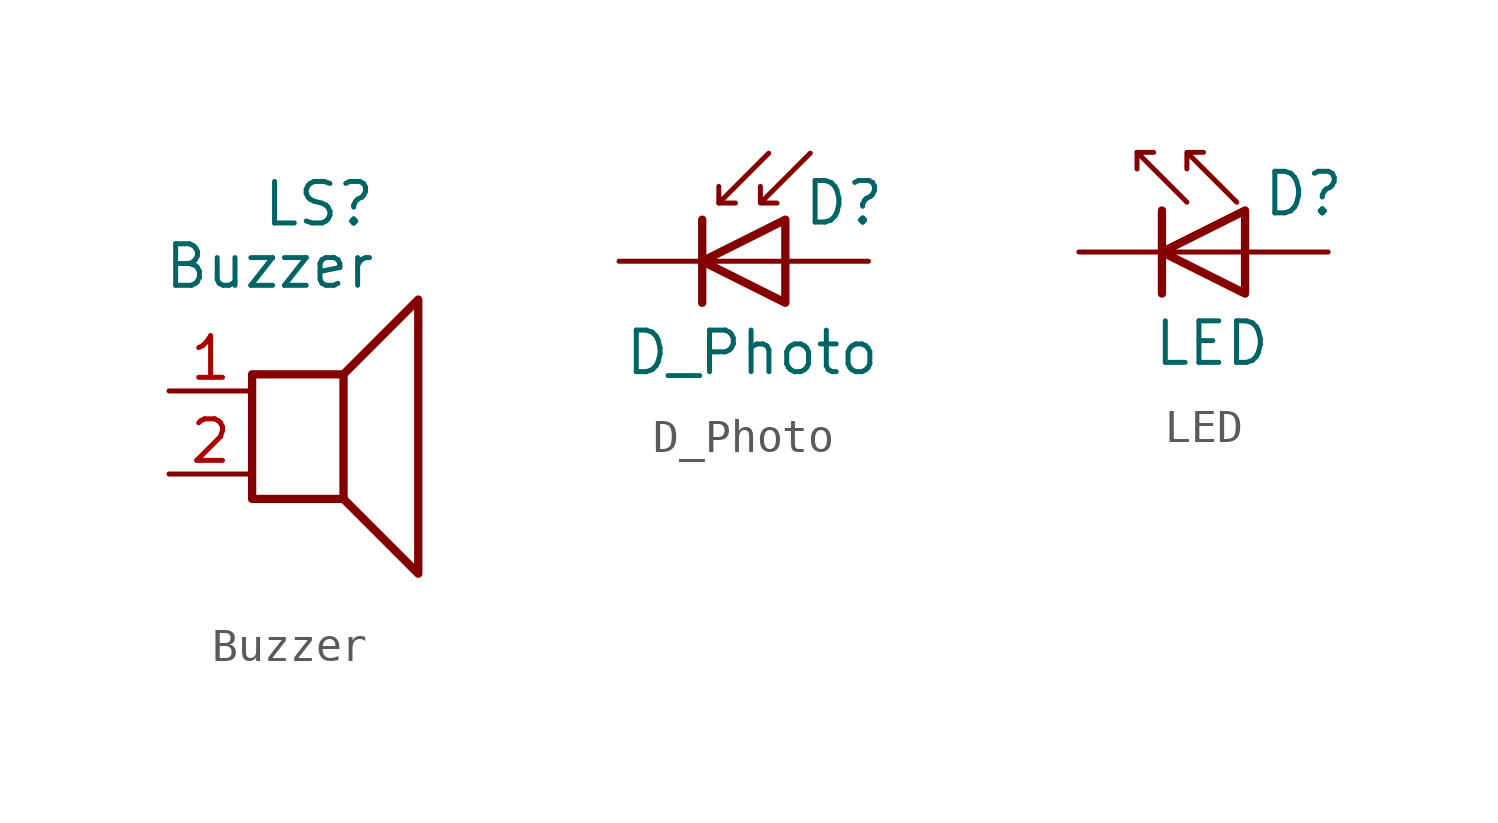
<source format=kicad_sym>
(kicad_symbol_lib
  (version 20220914)
  (generator kicad_symbol_editor)
  (symbol "Buzzer"
    (pin_names
      (offset 0) hide)
    (property "Reference" "LS"
      (at 2.54 6.985 0)
      (effects (font (size 1.27 1.27)) (justify right)))
    (property "Value" "Buzzer"
      (at 2.54 5.08 0)
      (effects (font (size 1.27 1.27)) (justify right)))
    (symbol "Buzzer_0_0"
      (rectangle (start -1.27 1.778) (end 1.524 -2.032) (stroke (width 0.254) (type default)) (fill (type none)))
      (polyline (pts (xy 1.524 1.778) (xy 3.81 4.064) (xy 3.81 -4.318) (xy 1.524 -2.032)) (stroke (width 0.254) (type default)) (fill (type none))))
    (symbol "Buzzer_1_1"
      (pin passive line (at -3.81 1.27 0) (length 2.54) (name "1" (effects (font (size 1.27 1.27)))) (number "1" (effects (font (size 1.27 1.27)))))
      (pin passive line (at -3.81 -1.27 0) (length 2.54) (name "2" (effects (font (size 1.27 1.27)))) (number "2" (effects (font (size 1.27 1.27)))))))
  (symbol "D_Photo"
    (pin_numbers hide)
    (pin_names hide)
    (property "Reference" "D"
      (at 1.778 1.778 0)
      (effects (font (size 1.27 1.27)) (justify left)))
    (property "Value" "D_Photo"
      (at 0.254 -2.794 0)
      (effects (font (size 1.27 1.27))))
    (symbol "D_Photo_0_1"
      (polyline (pts (xy -1.27 1.27) (xy -1.27 -1.27)) (stroke (width 0.254) (type default)) (fill (type none)))
      (polyline (pts (xy -0.762 1.778) (xy -0.254 1.778)) (stroke (width 0) (type default)) (fill (type none)))
      (polyline (pts (xy 1.27 0) (xy -1.27 0)) (stroke (width 0) (type default)) (fill (type none)))
      (polyline (pts (xy 0.762 3.302) (xy -0.762 1.778) (xy -0.762 2.286)) (stroke (width 0) (type default)) (fill (type none)))
      (polyline (pts (xy 1.27 -1.27) (xy 1.27 1.27) (xy -1.27 0) (xy 1.27 -1.27)) (stroke (width 0.254) (type default)) (fill (type none)))
      (polyline (pts (xy 2.032 3.302) (xy 0.508 1.778) (xy 0.508 2.286) (xy 0.508 1.778) (xy 1.016 1.778)) (stroke (width 0) (type default)) (fill (type none))))
    (symbol "D_Photo_1_1"
      (pin passive line (at -3.81 0 0) (length 2.54) (name "K" (effects (font (size 1.27 1.27)))) (number "1" (effects (font (size 1.27 1.27)))))
      (pin passive line (at 3.81 0 180) (length 2.54) (name "A" (effects (font (size 1.27 1.27)))) (number "2" (effects (font (size 1.27 1.27)))))))
  (symbol "LED"
    (pin_numbers hide)
    (pin_names hide)
    (property "Reference" "D"
      (at 1.778 1.778 0)
      (effects (font (size 1.27 1.27)) (justify left)))
    (property "Value" "LED"
      (at 0.254 -2.794 0)
      (effects (font (size 1.27 1.27))))
    (symbol "LED_0_1"
      (polyline (pts (xy -2.032 3.048) (xy -2.032 2.54)) (stroke (width 0) (type default)) (fill (type none)))
      (polyline (pts (xy -1.27 1.27) (xy -1.27 -1.27)) (stroke (width 0.254) (type default)) (fill (type none)))
      (polyline (pts (xy 1.27 0) (xy -1.27 0)) (stroke (width 0) (type default)) (fill (type none)))
      (polyline (pts (xy -0.508 1.524) (xy -2.032 3.048) (xy -1.524 3.048)) (stroke (width 0) (type default)) (fill (type none)))
      (polyline (pts (xy 1.27 -1.27) (xy 1.27 1.27) (xy -1.27 0) (xy 1.27 -1.27)) (stroke (width 0.254) (type default)) (fill (type none)))
      (polyline (pts (xy 1.016 1.524) (xy -0.508 3.048) (xy 0 3.048) (xy -0.508 3.048) (xy -0.508 2.54)) (stroke (width 0) (type default)) (fill (type none))))
    (symbol "LED_1_1"
      (pin passive line (at -3.81 0 0) (length 2.54) (name "K" (effects (font (size 1.27 1.27)))) (number "1" (effects (font (size 1.27 1.27)))))
      (pin passive line (at 3.81 0 180) (length 2.54) (name "A" (effects (font (size 1.27 1.27)))) (number "2" (effects (font (size 1.27 1.27))))))))
</source>
